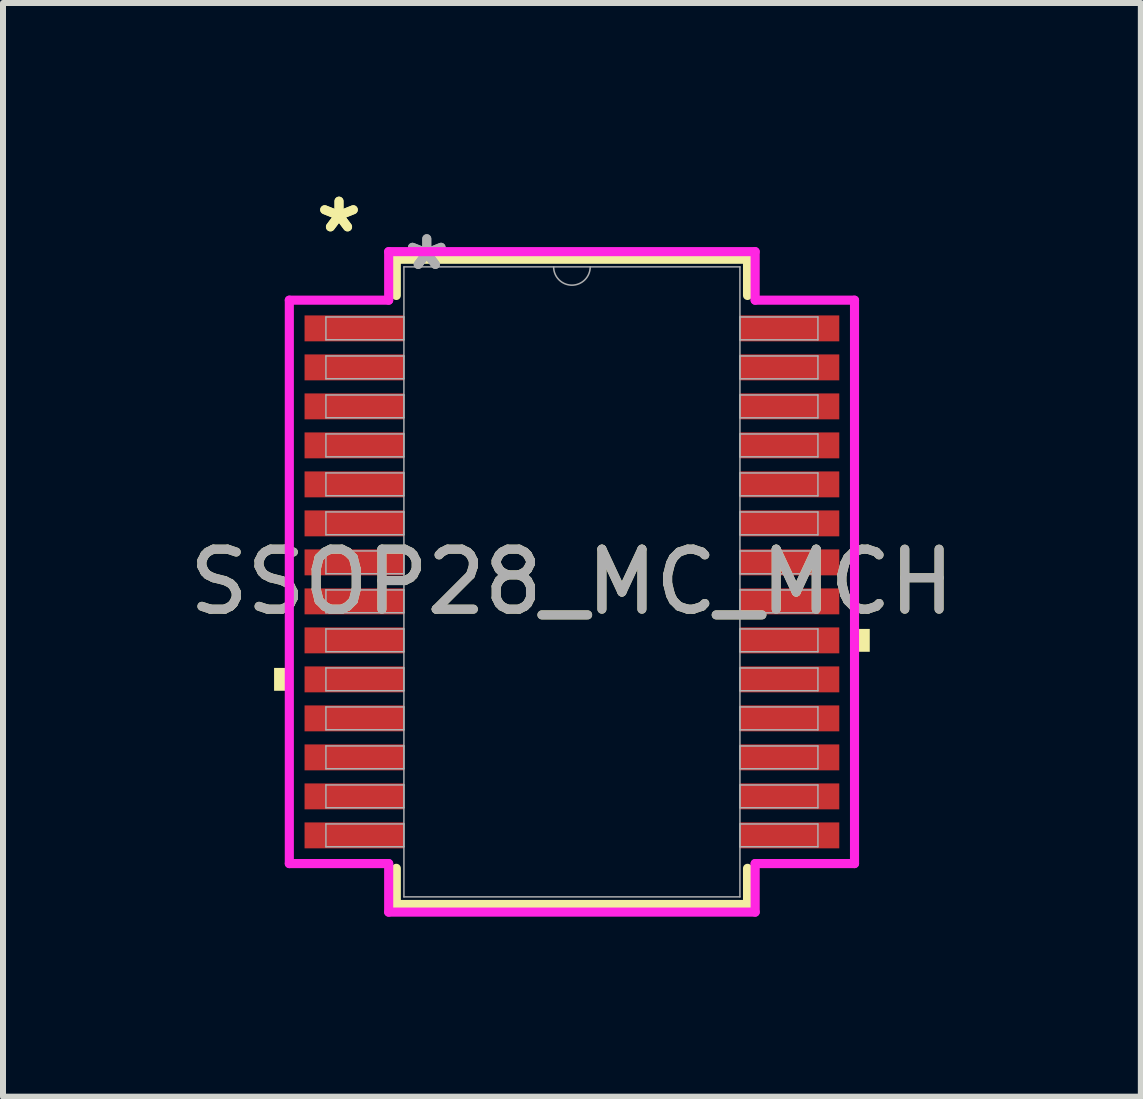
<source format=kicad_pcb>
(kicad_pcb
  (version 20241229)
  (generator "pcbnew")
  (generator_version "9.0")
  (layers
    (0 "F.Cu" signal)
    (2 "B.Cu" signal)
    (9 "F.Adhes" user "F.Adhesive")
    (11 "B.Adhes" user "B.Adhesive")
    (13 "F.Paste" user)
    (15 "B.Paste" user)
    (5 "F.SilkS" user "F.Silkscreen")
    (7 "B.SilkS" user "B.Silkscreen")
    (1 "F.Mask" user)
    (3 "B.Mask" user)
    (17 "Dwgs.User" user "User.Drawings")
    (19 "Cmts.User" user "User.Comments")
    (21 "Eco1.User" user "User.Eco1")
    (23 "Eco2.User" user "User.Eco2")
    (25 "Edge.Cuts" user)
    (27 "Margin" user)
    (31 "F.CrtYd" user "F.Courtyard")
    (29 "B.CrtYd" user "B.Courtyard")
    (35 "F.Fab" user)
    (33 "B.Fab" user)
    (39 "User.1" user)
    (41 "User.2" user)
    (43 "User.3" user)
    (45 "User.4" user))
  (footprint "SSOP28_MC_MCH"
    (layer "F.Cu")
    (at 6.482 6.648)
    (property "Reference" "SSOP28_MC_MCH" (at 0 0 0) (unlocked yes) (layer "F.SilkS") (effects (font (size 1 1) (thickness 0.15))))
    (attr smd)
    (fp_line (start -2.927 -5.377) (end -2.927 -4.774) (stroke (width 0.152) (type solid)) (layer "F.SilkS"))
    (fp_line (start -2.927 4.774) (end -2.927 5.377) (stroke (width 0.152) (type solid)) (layer "F.SilkS"))
    (fp_line (start -2.927 5.377) (end 2.927 5.377) (stroke (width 0.152) (type solid)) (layer "F.SilkS"))
    (fp_line (start 2.927 -5.377) (end -2.927 -5.377) (stroke (width 0.152) (type solid)) (layer "F.SilkS"))
    (fp_line (start 2.927 -4.774) (end 2.927 -5.377) (stroke (width 0.152) (type solid)) (layer "F.SilkS"))
    (fp_line (start 2.927 5.377) (end 2.927 4.774) (stroke (width 0.152) (type solid)) (layer "F.SilkS"))
    (fp_poly (pts (xy -4.964 1.434) (xy -4.964 1.815) (xy -4.71 1.815) (xy -4.71 1.434)) (stroke (width 0) (type solid)) (fill yes) (layer "F.SilkS"))
    (fp_poly (pts (xy 4.964 0.784) (xy 4.964 1.165) (xy 4.71 1.165) (xy 4.71 0.784)) (stroke (width 0) (type solid)) (fill yes) (layer "F.SilkS"))
    (fp_line (start -4.71 -4.695) (end -3.054 -4.695) (stroke (width 0.152) (type solid)) (layer "F.CrtYd"))
    (fp_line (start -4.71 4.695) (end -4.71 -4.695) (stroke (width 0.152) (type solid)) (layer "F.CrtYd"))
    (fp_line (start -4.71 4.695) (end -3.054 4.695) (stroke (width 0.152) (type solid)) (layer "F.CrtYd"))
    (fp_line (start -3.054 -5.504) (end 3.054 -5.504) (stroke (width 0.152) (type solid)) (layer "F.CrtYd"))
    (fp_line (start -3.054 -4.695) (end -3.054 -5.504) (stroke (width 0.152) (type solid)) (layer "F.CrtYd"))
    (fp_line (start -3.054 5.504) (end -3.054 4.695) (stroke (width 0.152) (type solid)) (layer "F.CrtYd"))
    (fp_line (start 3.054 -5.504) (end 3.054 -4.695) (stroke (width 0.152) (type solid)) (layer "F.CrtYd"))
    (fp_line (start 3.054 4.695) (end 3.054 5.504) (stroke (width 0.152) (type solid)) (layer "F.CrtYd"))
    (fp_line (start 3.054 5.504) (end -3.054 5.504) (stroke (width 0.152) (type solid)) (layer "F.CrtYd"))
    (fp_line (start 4.71 -4.695) (end 3.054 -4.695) (stroke (width 0.152) (type solid)) (layer "F.CrtYd"))
    (fp_line (start 4.71 -4.695) (end 4.71 4.695) (stroke (width 0.152) (type solid)) (layer "F.CrtYd"))
    (fp_line (start 4.71 4.695) (end 3.054 4.695) (stroke (width 0.152) (type solid)) (layer "F.CrtYd"))
    (fp_line (start -4.1 -4.415) (end -4.1 -4.035) (stroke (width 0.025) (type solid)) (layer "F.Fab"))
    (fp_line (start -4.1 -4.035) (end -2.8 -4.035) (stroke (width 0.025) (type solid)) (layer "F.Fab"))
    (fp_line (start -4.1 -3.765) (end -4.1 -3.385) (stroke (width 0.025) (type solid)) (layer "F.Fab"))
    (fp_line (start -4.1 -3.385) (end -2.8 -3.385) (stroke (width 0.025) (type solid)) (layer "F.Fab"))
    (fp_line (start -4.1 -3.115) (end -4.1 -2.735) (stroke (width 0.025) (type solid)) (layer "F.Fab"))
    (fp_line (start -4.1 -2.735) (end -2.8 -2.735) (stroke (width 0.025) (type solid)) (layer "F.Fab"))
    (fp_line (start -4.1 -2.466) (end -4.1 -2.084) (stroke (width 0.025) (type solid)) (layer "F.Fab"))
    (fp_line (start -4.1 -2.084) (end -2.8 -2.084) (stroke (width 0.025) (type solid)) (layer "F.Fab"))
    (fp_line (start -4.1 -1.816) (end -4.1 -1.435) (stroke (width 0.025) (type solid)) (layer "F.Fab"))
    (fp_line (start -4.1 -1.435) (end -2.8 -1.435) (stroke (width 0.025) (type solid)) (layer "F.Fab"))
    (fp_line (start -4.1 -1.166) (end -4.1 -0.785) (stroke (width 0.025) (type solid)) (layer "F.Fab"))
    (fp_line (start -4.1 -0.785) (end -2.8 -0.785) (stroke (width 0.025) (type solid)) (layer "F.Fab"))
    (fp_line (start -4.1 -0.516) (end -4.1 -0.135) (stroke (width 0.025) (type solid)) (layer "F.Fab"))
    (fp_line (start -4.1 -0.135) (end -2.8 -0.135) (stroke (width 0.025) (type solid)) (layer "F.Fab"))
    (fp_line (start -4.1 0.134) (end -4.1 0.515) (stroke (width 0.025) (type solid)) (layer "F.Fab"))
    (fp_line (start -4.1 0.515) (end -2.8 0.515) (stroke (width 0.025) (type solid)) (layer "F.Fab"))
    (fp_line (start -4.1 0.784) (end -4.1 1.165) (stroke (width 0.025) (type solid)) (layer "F.Fab"))
    (fp_line (start -4.1 1.165) (end -2.8 1.165) (stroke (width 0.025) (type solid)) (layer "F.Fab"))
    (fp_line (start -4.1 1.434) (end -4.1 1.815) (stroke (width 0.025) (type solid)) (layer "F.Fab"))
    (fp_line (start -4.1 1.815) (end -2.8 1.815) (stroke (width 0.025) (type solid)) (layer "F.Fab"))
    (fp_line (start -4.1 2.084) (end -4.1 2.465) (stroke (width 0.025) (type solid)) (layer "F.Fab"))
    (fp_line (start -4.1 2.465) (end -2.8 2.465) (stroke (width 0.025) (type solid)) (layer "F.Fab"))
    (fp_line (start -4.1 2.734) (end -4.1 3.115) (stroke (width 0.025) (type solid)) (layer "F.Fab"))
    (fp_line (start -4.1 3.115) (end -2.8 3.115) (stroke (width 0.025) (type solid)) (layer "F.Fab"))
    (fp_line (start -4.1 3.384) (end -4.1 3.765) (stroke (width 0.025) (type solid)) (layer "F.Fab"))
    (fp_line (start -4.1 3.765) (end -2.8 3.765) (stroke (width 0.025) (type solid)) (layer "F.Fab"))
    (fp_line (start -4.1 4.034) (end -4.1 4.415) (stroke (width 0.025) (type solid)) (layer "F.Fab"))
    (fp_line (start -4.1 4.415) (end -2.8 4.415) (stroke (width 0.025) (type solid)) (layer "F.Fab"))
    (fp_line (start -2.8 -5.25) (end -2.8 5.25) (stroke (width 0.025) (type solid)) (layer "F.Fab"))
    (fp_line (start -2.8 -4.415) (end -4.1 -4.415) (stroke (width 0.025) (type solid)) (layer "F.Fab"))
    (fp_line (start -2.8 -4.035) (end -2.8 -4.415) (stroke (width 0.025) (type solid)) (layer "F.Fab"))
    (fp_line (start -2.8 -3.765) (end -4.1 -3.765) (stroke (width 0.025) (type solid)) (layer "F.Fab"))
    (fp_line (start -2.8 -3.385) (end -2.8 -3.765) (stroke (width 0.025) (type solid)) (layer "F.Fab"))
    (fp_line (start -2.8 -3.115) (end -4.1 -3.115) (stroke (width 0.025) (type solid)) (layer "F.Fab"))
    (fp_line (start -2.8 -2.735) (end -2.8 -3.115) (stroke (width 0.025) (type solid)) (layer "F.Fab"))
    (fp_line (start -2.8 -2.466) (end -4.1 -2.466) (stroke (width 0.025) (type solid)) (layer "F.Fab"))
    (fp_line (start -2.8 -2.084) (end -2.8 -2.466) (stroke (width 0.025) (type solid)) (layer "F.Fab"))
    (fp_line (start -2.8 -1.816) (end -4.1 -1.816) (stroke (width 0.025) (type solid)) (layer "F.Fab"))
    (fp_line (start -2.8 -1.435) (end -2.8 -1.816) (stroke (width 0.025) (type solid)) (layer "F.Fab"))
    (fp_line (start -2.8 -1.166) (end -4.1 -1.166) (stroke (width 0.025) (type solid)) (layer "F.Fab"))
    (fp_line (start -2.8 -0.785) (end -2.8 -1.166) (stroke (width 0.025) (type solid)) (layer "F.Fab"))
    (fp_line (start -2.8 -0.516) (end -4.1 -0.516) (stroke (width 0.025) (type solid)) (layer "F.Fab"))
    (fp_line (start -2.8 -0.135) (end -2.8 -0.516) (stroke (width 0.025) (type solid)) (layer "F.Fab"))
    (fp_line (start -2.8 0.134) (end -4.1 0.134) (stroke (width 0.025) (type solid)) (layer "F.Fab"))
    (fp_line (start -2.8 0.515) (end -2.8 0.134) (stroke (width 0.025) (type solid)) (layer "F.Fab"))
    (fp_line (start -2.8 0.784) (end -4.1 0.784) (stroke (width 0.025) (type solid)) (layer "F.Fab"))
    (fp_line (start -2.8 1.165) (end -2.8 0.784) (stroke (width 0.025) (type solid)) (layer "F.Fab"))
    (fp_line (start -2.8 1.434) (end -4.1 1.434) (stroke (width 0.025) (type solid)) (layer "F.Fab"))
    (fp_line (start -2.8 1.815) (end -2.8 1.434) (stroke (width 0.025) (type solid)) (layer "F.Fab"))
    (fp_line (start -2.8 2.084) (end -4.1 2.084) (stroke (width 0.025) (type solid)) (layer "F.Fab"))
    (fp_line (start -2.8 2.465) (end -2.8 2.084) (stroke (width 0.025) (type solid)) (layer "F.Fab"))
    (fp_line (start -2.8 2.734) (end -4.1 2.734) (stroke (width 0.025) (type solid)) (layer "F.Fab"))
    (fp_line (start -2.8 3.115) (end -2.8 2.734) (stroke (width 0.025) (type solid)) (layer "F.Fab"))
    (fp_line (start -2.8 3.384) (end -4.1 3.384) (stroke (width 0.025) (type solid)) (layer "F.Fab"))
    (fp_line (start -2.8 3.765) (end -2.8 3.384) (stroke (width 0.025) (type solid)) (layer "F.Fab"))
    (fp_line (start -2.8 4.034) (end -4.1 4.034) (stroke (width 0.025) (type solid)) (layer "F.Fab"))
    (fp_line (start -2.8 4.415) (end -2.8 4.034) (stroke (width 0.025) (type solid)) (layer "F.Fab"))
    (fp_line (start -2.8 5.25) (end 2.8 5.25) (stroke (width 0.025) (type solid)) (layer "F.Fab"))
    (fp_line (start 2.8 -5.25) (end -2.8 -5.25) (stroke (width 0.025) (type solid)) (layer "F.Fab"))
    (fp_line (start 2.8 -4.415) (end 2.8 -4.034) (stroke (width 0.025) (type solid)) (layer "F.Fab"))
    (fp_line (start 2.8 -4.034) (end 4.1 -4.034) (stroke (width 0.025) (type solid)) (layer "F.Fab"))
    (fp_line (start 2.8 -3.765) (end 2.8 -3.384) (stroke (width 0.025) (type solid)) (layer "F.Fab"))
    (fp_line (start 2.8 -3.384) (end 4.1 -3.384) (stroke (width 0.025) (type solid)) (layer "F.Fab"))
    (fp_line (start 2.8 -3.115) (end 2.8 -2.734) (stroke (width 0.025) (type solid)) (layer "F.Fab"))
    (fp_line (start 2.8 -2.734) (end 4.1 -2.734) (stroke (width 0.025) (type solid)) (layer "F.Fab"))
    (fp_line (start 2.8 -2.465) (end 2.8 -2.084) (stroke (width 0.025) (type solid)) (layer "F.Fab"))
    (fp_line (start 2.8 -2.084) (end 4.1 -2.084) (stroke (width 0.025) (type solid)) (layer "F.Fab"))
    (fp_line (start 2.8 -1.815) (end 2.8 -1.434) (stroke (width 0.025) (type solid)) (layer "F.Fab"))
    (fp_line (start 2.8 -1.434) (end 4.1 -1.434) (stroke (width 0.025) (type solid)) (layer "F.Fab"))
    (fp_line (start 2.8 -1.165) (end 2.8 -0.784) (stroke (width 0.025) (type solid)) (layer "F.Fab"))
    (fp_line (start 2.8 -0.784) (end 4.1 -0.784) (stroke (width 0.025) (type solid)) (layer "F.Fab"))
    (fp_line (start 2.8 -0.515) (end 2.8 -0.134) (stroke (width 0.025) (type solid)) (layer "F.Fab"))
    (fp_line (start 2.8 -0.134) (end 4.1 -0.134) (stroke (width 0.025) (type solid)) (layer "F.Fab"))
    (fp_line (start 2.8 0.135) (end 2.8 0.516) (stroke (width 0.025) (type solid)) (layer "F.Fab"))
    (fp_line (start 2.8 0.516) (end 4.1 0.516) (stroke (width 0.025) (type solid)) (layer "F.Fab"))
    (fp_line (start 2.8 0.784) (end 2.8 1.165) (stroke (width 0.025) (type solid)) (layer "F.Fab"))
    (fp_line (start 2.8 1.165) (end 4.1 1.165) (stroke (width 0.025) (type solid)) (layer "F.Fab"))
    (fp_line (start 2.8 1.435) (end 2.8 1.815) (stroke (width 0.025) (type solid)) (layer "F.Fab"))
    (fp_line (start 2.8 1.815) (end 4.1 1.815) (stroke (width 0.025) (type solid)) (layer "F.Fab"))
    (fp_line (start 2.8 2.084) (end 2.8 2.466) (stroke (width 0.025) (type solid)) (layer "F.Fab"))
    (fp_line (start 2.8 2.466) (end 4.1 2.466) (stroke (width 0.025) (type solid)) (layer "F.Fab"))
    (fp_line (start 2.8 2.735) (end 2.8 3.115) (stroke (width 0.025) (type solid)) (layer "F.Fab"))
    (fp_line (start 2.8 3.115) (end 4.1 3.115) (stroke (width 0.025) (type solid)) (layer "F.Fab"))
    (fp_line (start 2.8 3.385) (end 2.8 3.765) (stroke (width 0.025) (type solid)) (layer "F.Fab"))
    (fp_line (start 2.8 3.765) (end 4.1 3.765) (stroke (width 0.025) (type solid)) (layer "F.Fab"))
    (fp_line (start 2.8 4.035) (end 2.8 4.415) (stroke (width 0.025) (type solid)) (layer "F.Fab"))
    (fp_line (start 2.8 4.415) (end 4.1 4.415) (stroke (width 0.025) (type solid)) (layer "F.Fab"))
    (fp_line (start 2.8 5.25) (end 2.8 -5.25) (stroke (width 0.025) (type solid)) (layer "F.Fab"))
    (fp_line (start 4.1 -4.415) (end 2.8 -4.415) (stroke (width 0.025) (type solid)) (layer "F.Fab"))
    (fp_line (start 4.1 -4.034) (end 4.1 -4.415) (stroke (width 0.025) (type solid)) (layer "F.Fab"))
    (fp_line (start 4.1 -3.765) (end 2.8 -3.765) (stroke (width 0.025) (type solid)) (layer "F.Fab"))
    (fp_line (start 4.1 -3.384) (end 4.1 -3.765) (stroke (width 0.025) (type solid)) (layer "F.Fab"))
    (fp_line (start 4.1 -3.115) (end 2.8 -3.115) (stroke (width 0.025) (type solid)) (layer "F.Fab"))
    (fp_line (start 4.1 -2.734) (end 4.1 -3.115) (stroke (width 0.025) (type solid)) (layer "F.Fab"))
    (fp_line (start 4.1 -2.465) (end 2.8 -2.465) (stroke (width 0.025) (type solid)) (layer "F.Fab"))
    (fp_line (start 4.1 -2.084) (end 4.1 -2.465) (stroke (width 0.025) (type solid)) (layer "F.Fab"))
    (fp_line (start 4.1 -1.815) (end 2.8 -1.815) (stroke (width 0.025) (type solid)) (layer "F.Fab"))
    (fp_line (start 4.1 -1.434) (end 4.1 -1.815) (stroke (width 0.025) (type solid)) (layer "F.Fab"))
    (fp_line (start 4.1 -1.165) (end 2.8 -1.165) (stroke (width 0.025) (type solid)) (layer "F.Fab"))
    (fp_line (start 4.1 -0.784) (end 4.1 -1.165) (stroke (width 0.025) (type solid)) (layer "F.Fab"))
    (fp_line (start 4.1 -0.515) (end 2.8 -0.515) (stroke (width 0.025) (type solid)) (layer "F.Fab"))
    (fp_line (start 4.1 -0.134) (end 4.1 -0.515) (stroke (width 0.025) (type solid)) (layer "F.Fab"))
    (fp_line (start 4.1 0.135) (end 2.8 0.135) (stroke (width 0.025) (type solid)) (layer "F.Fab"))
    (fp_line (start 4.1 0.516) (end 4.1 0.135) (stroke (width 0.025) (type solid)) (layer "F.Fab"))
    (fp_line (start 4.1 0.784) (end 2.8 0.784) (stroke (width 0.025) (type solid)) (layer "F.Fab"))
    (fp_line (start 4.1 1.165) (end 4.1 0.784) (stroke (width 0.025) (type solid)) (layer "F.Fab"))
    (fp_line (start 4.1 1.435) (end 2.8 1.435) (stroke (width 0.025) (type solid)) (layer "F.Fab"))
    (fp_line (start 4.1 1.815) (end 4.1 1.435) (stroke (width 0.025) (type solid)) (layer "F.Fab"))
    (fp_line (start 4.1 2.084) (end 2.8 2.084) (stroke (width 0.025) (type solid)) (layer "F.Fab"))
    (fp_line (start 4.1 2.466) (end 4.1 2.084) (stroke (width 0.025) (type solid)) (layer "F.Fab"))
    (fp_line (start 4.1 2.735) (end 2.8 2.735) (stroke (width 0.025) (type solid)) (layer "F.Fab"))
    (fp_line (start 4.1 3.115) (end 4.1 2.735) (stroke (width 0.025) (type solid)) (layer "F.Fab"))
    (fp_line (start 4.1 3.385) (end 2.8 3.385) (stroke (width 0.025) (type solid)) (layer "F.Fab"))
    (fp_line (start 4.1 3.765) (end 4.1 3.385) (stroke (width 0.025) (type solid)) (layer "F.Fab"))
    (fp_line (start 4.1 4.035) (end 2.8 4.035) (stroke (width 0.025) (type solid)) (layer "F.Fab"))
    (fp_line (start 4.1 4.415) (end 4.1 4.035) (stroke (width 0.025) (type solid)) (layer "F.Fab"))
    (fp_arc (start 0.3048 -5.25) (mid 0 -4.9452) (end -0.3048 -5.25) (stroke (width 0.0254) (type solid)) (layer "F.Fab"))
    (fp_text user "*" (at -3.882 -5.8 0) (layer "F.SilkS") (effects (font (size 1 1) (thickness 0.15))))
    (fp_text user "*" (at -3.882 -5.8 0) (unlocked yes) (layer "F.SilkS") (effects (font (size 1 1) (thickness 0.15))))
    (fp_text user "*" (at -2.419 -5.174 0) (unlocked yes) (layer "F.Fab") (effects (font (size 1 1) (thickness 0.15))))
    (fp_text user "*" (at -2.419 -5.174 0) (layer "F.Fab") (effects (font (size 1 1) (thickness 0.15))))
    (fp_text user "${REFERENCE}" (at 0 0 0) (unlocked yes) (layer "F.Fab") (effects (font (size 1 1) (thickness 0.15))))
    (pad "1" smd rect (at -3.628 -4.225) (size 1.656 0.432) (layers "F.Cu" "F.Mask" "F.Paste"))
    (pad "2" smd rect (at -3.628 -3.575) (size 1.656 0.432) (layers "F.Cu" "F.Mask" "F.Paste"))
    (pad "3" smd rect (at -3.628 -2.925) (size 1.656 0.432) (layers "F.Cu" "F.Mask" "F.Paste"))
    (pad "4" smd rect (at -3.628 -2.275) (size 1.656 0.432) (layers "F.Cu" "F.Mask" "F.Paste"))
    (pad "5" smd rect (at -3.628 -1.625) (size 1.656 0.432) (layers "F.Cu" "F.Mask" "F.Paste"))
    (pad "6" smd rect (at -3.628 -0.975) (size 1.656 0.432) (layers "F.Cu" "F.Mask" "F.Paste"))
    (pad "7" smd rect (at -3.628 -0.325) (size 1.656 0.432) (layers "F.Cu" "F.Mask" "F.Paste"))
    (pad "8" smd rect (at -3.628 0.325) (size 1.656 0.432) (layers "F.Cu" "F.Mask" "F.Paste"))
    (pad "9" smd rect (at -3.628 0.975) (size 1.656 0.432) (layers "F.Cu" "F.Mask" "F.Paste"))
    (pad "10" smd rect (at -3.628 1.625) (size 1.656 0.432) (layers "F.Cu" "F.Mask" "F.Paste"))
    (pad "11" smd rect (at -3.628 2.275) (size 1.656 0.432) (layers "F.Cu" "F.Mask" "F.Paste"))
    (pad "12" smd rect (at -3.628 2.925) (size 1.656 0.432) (layers "F.Cu" "F.Mask" "F.Paste"))
    (pad "13" smd rect (at -3.628 3.575) (size 1.656 0.432) (layers "F.Cu" "F.Mask" "F.Paste"))
    (pad "14" smd rect (at -3.628 4.225) (size 1.656 0.432) (layers "F.Cu" "F.Mask" "F.Paste"))
    (pad "15" smd rect (at 3.628 4.225) (size 1.656 0.432) (layers "F.Cu" "F.Mask" "F.Paste"))
    (pad "16" smd rect (at 3.628 3.575) (size 1.656 0.432) (layers "F.Cu" "F.Mask" "F.Paste"))
    (pad "17" smd rect (at 3.628 2.925) (size 1.656 0.432) (layers "F.Cu" "F.Mask" "F.Paste"))
    (pad "18" smd rect (at 3.628 2.275) (size 1.656 0.432) (layers "F.Cu" "F.Mask" "F.Paste"))
    (pad "19" smd rect (at 3.628 1.625) (size 1.656 0.432) (layers "F.Cu" "F.Mask" "F.Paste"))
    (pad "20" smd rect (at 3.628 0.975) (size 1.656 0.432) (layers "F.Cu" "F.Mask" "F.Paste"))
    (pad "21" smd rect (at 3.628 0.325) (size 1.656 0.432) (layers "F.Cu" "F.Mask" "F.Paste"))
    (pad "22" smd rect (at 3.628 -0.325) (size 1.656 0.432) (layers "F.Cu" "F.Mask" "F.Paste"))
    (pad "23" smd rect (at 3.628 -0.975) (size 1.656 0.432) (layers "F.Cu" "F.Mask" "F.Paste"))
    (pad "24" smd rect (at 3.628 -1.625) (size 1.656 0.432) (layers "F.Cu" "F.Mask" "F.Paste"))
    (pad "25" smd rect (at 3.628 -2.275) (size 1.656 0.432) (layers "F.Cu" "F.Mask" "F.Paste"))
    (pad "26" smd rect (at 3.628 -2.925) (size 1.656 0.432) (layers "F.Cu" "F.Mask" "F.Paste"))
    (pad "27" smd rect (at 3.628 -3.575) (size 1.656 0.432) (layers "F.Cu" "F.Mask" "F.Paste"))
    (pad "28" smd rect (at 3.628 -4.225) (size 1.656 0.432) (layers "F.Cu" "F.Mask" "F.Paste")))
  (gr_rect
    (start -3 -3)
    (end 15.964 15.228)
    (stroke (width 0.1) (type default))
    (fill no)
    (layer "Edge.Cuts")))
</source>
